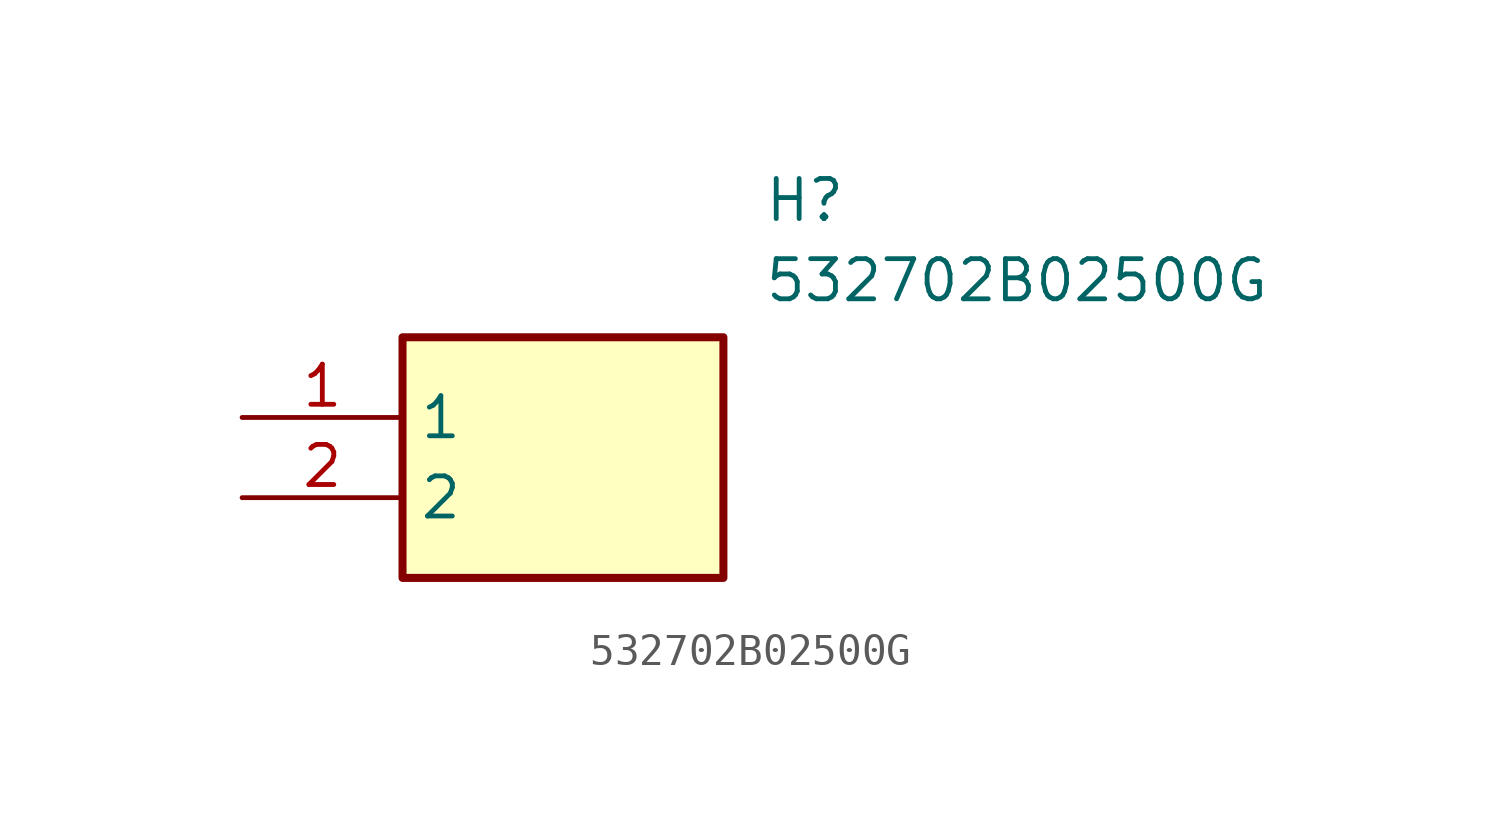
<source format=kicad_sym>
(kicad_symbol_lib
  (version 20211014)
  (generator SamacSys_ECAD_Model)
  (symbol "532702B02500G"
    (property "Reference" "H"
      (at 16.51 7.62 0)
      (effects (font (size 1.27 1.27)) (justify left top)))
    (property "Value" "532702B02500G"
      (at 16.51 5.08 0)
      (effects (font (size 1.27 1.27)) (justify left top)))
    (rectangle
      (start 5.08 2.54)
      (end 15.24 -5.08)
      (stroke (width 0.254) (type default))
      (fill (type background)))
    (pin passive line
      (at 0 0 0)
      (length 5.08)
      (name "1" (effects (font (size 1.27 1.27))))
      (number "1" (effects (font (size 1.27 1.27)))))
    (pin passive line
      (at 0 -2.54 0)
      (length 5.08)
      (name "2" (effects (font (size 1.27 1.27))))
      (number "2" (effects (font (size 1.27 1.27)))))))
</source>
